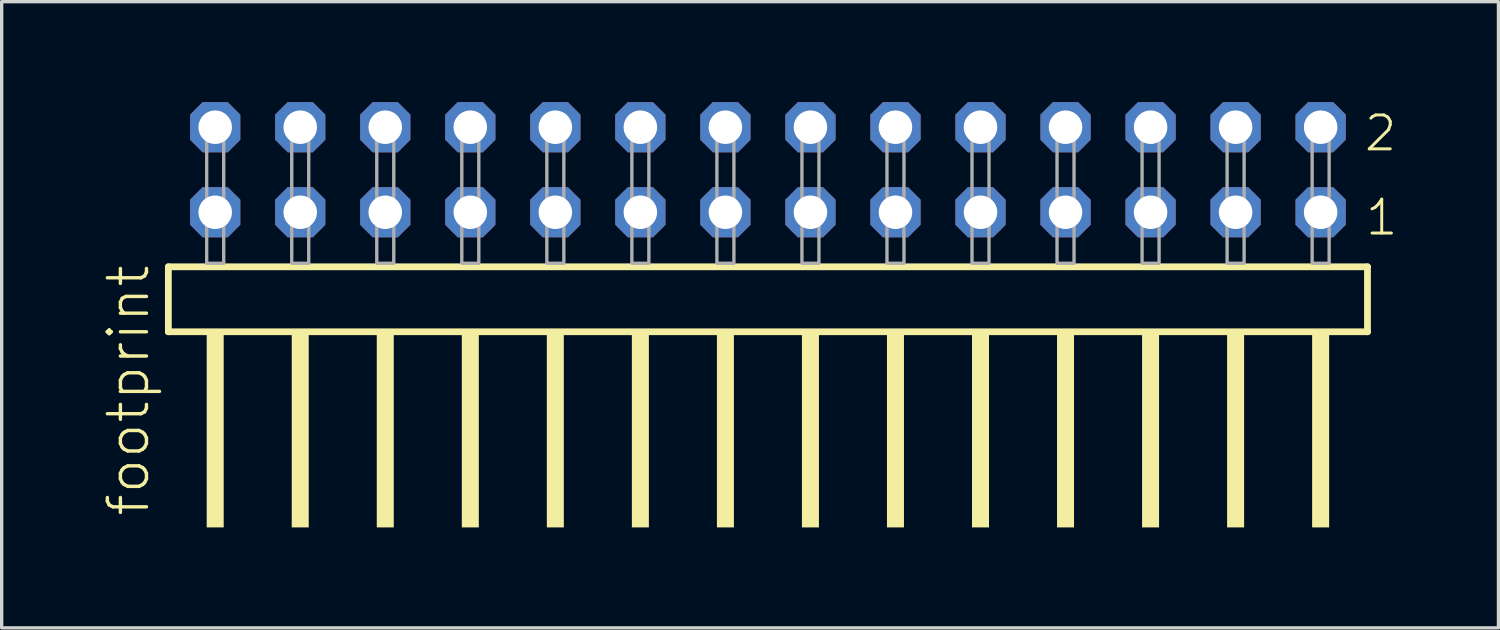
<source format=kicad_pcb>
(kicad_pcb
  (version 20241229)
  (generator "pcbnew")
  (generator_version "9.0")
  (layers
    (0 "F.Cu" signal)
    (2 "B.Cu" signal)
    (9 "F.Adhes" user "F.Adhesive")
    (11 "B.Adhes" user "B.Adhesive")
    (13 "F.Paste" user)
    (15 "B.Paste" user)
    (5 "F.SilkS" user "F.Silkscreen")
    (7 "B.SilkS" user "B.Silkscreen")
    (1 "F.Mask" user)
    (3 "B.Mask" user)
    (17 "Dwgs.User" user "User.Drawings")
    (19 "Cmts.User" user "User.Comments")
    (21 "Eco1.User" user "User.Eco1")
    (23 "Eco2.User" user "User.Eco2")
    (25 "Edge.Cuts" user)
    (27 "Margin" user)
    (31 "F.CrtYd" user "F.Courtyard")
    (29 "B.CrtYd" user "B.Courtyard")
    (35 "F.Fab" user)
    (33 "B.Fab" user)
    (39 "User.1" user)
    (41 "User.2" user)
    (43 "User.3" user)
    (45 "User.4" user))
  (footprint "footprint"
    (layer "F.Cu")
    (at 19.888 4.814)
    (property "Reference" "footprint" (at -18.415 7.62 90) (layer "F.SilkS") (effects (font (size 1.168 1.168) (thickness 0.102)) (justify left bottom)))
    (fp_line (start -17.909 0.106) (end -17.909 2.046) (stroke (width 0.203) (type solid)) (layer "F.SilkS"))
    (fp_line (start -17.909 2.046) (end 17.909 2.046) (stroke (width 0.203) (type solid)) (layer "F.SilkS"))
    (fp_line (start 17.909 0.106) (end -17.909 0.106) (stroke (width 0.203) (type solid)) (layer "F.SilkS"))
    (fp_line (start 17.909 2.046) (end 17.909 0.106) (stroke (width 0.203) (type solid)) (layer "F.SilkS"))
    (fp_poly (pts (xy -16.764 7.89) (xy -16.256 7.89) (xy -16.256 2.04) (xy -16.764 2.04)) (stroke (width 0) (type solid)) (fill yes) (layer "F.SilkS"))
    (fp_poly (pts (xy -14.224 7.89) (xy -13.716 7.89) (xy -13.716 2.04) (xy -14.224 2.04)) (stroke (width 0) (type solid)) (fill yes) (layer "F.SilkS"))
    (fp_poly (pts (xy -11.684 7.89) (xy -11.176 7.89) (xy -11.176 2.04) (xy -11.684 2.04)) (stroke (width 0) (type solid)) (fill yes) (layer "F.SilkS"))
    (fp_poly (pts (xy -9.144 7.89) (xy -8.636 7.89) (xy -8.636 2.04) (xy -9.144 2.04)) (stroke (width 0) (type solid)) (fill yes) (layer "F.SilkS"))
    (fp_poly (pts (xy -6.604 7.89) (xy -6.096 7.89) (xy -6.096 2.04) (xy -6.604 2.04)) (stroke (width 0) (type solid)) (fill yes) (layer "F.SilkS"))
    (fp_poly (pts (xy -4.064 7.89) (xy -3.556 7.89) (xy -3.556 2.04) (xy -4.064 2.04)) (stroke (width 0) (type solid)) (fill yes) (layer "F.SilkS"))
    (fp_poly (pts (xy -1.524 7.89) (xy -1.016 7.89) (xy -1.016 2.04) (xy -1.524 2.04)) (stroke (width 0) (type solid)) (fill yes) (layer "F.SilkS"))
    (fp_poly (pts (xy 1.016 7.89) (xy 1.524 7.89) (xy 1.524 2.04) (xy 1.016 2.04)) (stroke (width 0) (type solid)) (fill yes) (layer "F.SilkS"))
    (fp_poly (pts (xy 3.556 7.89) (xy 4.064 7.89) (xy 4.064 2.04) (xy 3.556 2.04)) (stroke (width 0) (type solid)) (fill yes) (layer "F.SilkS"))
    (fp_poly (pts (xy 6.096 7.89) (xy 6.604 7.89) (xy 6.604 2.04) (xy 6.096 2.04)) (stroke (width 0) (type solid)) (fill yes) (layer "F.SilkS"))
    (fp_poly (pts (xy 8.636 7.89) (xy 9.144 7.89) (xy 9.144 2.04) (xy 8.636 2.04)) (stroke (width 0) (type solid)) (fill yes) (layer "F.SilkS"))
    (fp_poly (pts (xy 11.176 7.89) (xy 11.684 7.89) (xy 11.684 2.04) (xy 11.176 2.04)) (stroke (width 0) (type solid)) (fill yes) (layer "F.SilkS"))
    (fp_poly (pts (xy 13.716 7.89) (xy 14.224 7.89) (xy 14.224 2.04) (xy 13.716 2.04)) (stroke (width 0) (type solid)) (fill yes) (layer "F.SilkS"))
    (fp_poly (pts (xy 16.256 7.89) (xy 16.764 7.89) (xy 16.764 2.04) (xy 16.256 2.04)) (stroke (width 0) (type solid)) (fill yes) (layer "F.SilkS"))
    (fp_poly (pts (xy -16.764 0) (xy -16.256 0) (xy -16.256 -4.318) (xy -16.764 -4.318)) (stroke (width 0.1) (type solid)) (fill no) (layer "F.Fab"))
    (fp_poly (pts (xy -14.224 0) (xy -13.716 0) (xy -13.716 -4.318) (xy -14.224 -4.318)) (stroke (width 0.1) (type solid)) (fill no) (layer "F.Fab"))
    (fp_poly (pts (xy -11.684 0) (xy -11.176 0) (xy -11.176 -4.318) (xy -11.684 -4.318)) (stroke (width 0.1) (type solid)) (fill no) (layer "F.Fab"))
    (fp_poly (pts (xy -9.144 0) (xy -8.636 0) (xy -8.636 -4.318) (xy -9.144 -4.318)) (stroke (width 0.1) (type solid)) (fill no) (layer "F.Fab"))
    (fp_poly (pts (xy -6.604 0) (xy -6.096 0) (xy -6.096 -4.318) (xy -6.604 -4.318)) (stroke (width 0.1) (type solid)) (fill no) (layer "F.Fab"))
    (fp_poly (pts (xy -4.064 0) (xy -3.556 0) (xy -3.556 -4.318) (xy -4.064 -4.318)) (stroke (width 0.1) (type solid)) (fill no) (layer "F.Fab"))
    (fp_poly (pts (xy -1.524 0) (xy -1.016 0) (xy -1.016 -4.318) (xy -1.524 -4.318)) (stroke (width 0.1) (type solid)) (fill no) (layer "F.Fab"))
    (fp_poly (pts (xy 1.016 0) (xy 1.524 0) (xy 1.524 -4.318) (xy 1.016 -4.318)) (stroke (width 0.1) (type solid)) (fill no) (layer "F.Fab"))
    (fp_poly (pts (xy 3.556 0) (xy 4.064 0) (xy 4.064 -4.318) (xy 3.556 -4.318)) (stroke (width 0.1) (type solid)) (fill no) (layer "F.Fab"))
    (fp_poly (pts (xy 6.096 0) (xy 6.604 0) (xy 6.604 -4.318) (xy 6.096 -4.318)) (stroke (width 0.1) (type solid)) (fill no) (layer "F.Fab"))
    (fp_poly (pts (xy 8.636 0) (xy 9.144 0) (xy 9.144 -4.318) (xy 8.636 -4.318)) (stroke (width 0.1) (type solid)) (fill no) (layer "F.Fab"))
    (fp_poly (pts (xy 11.176 0) (xy 11.684 0) (xy 11.684 -4.318) (xy 11.176 -4.318)) (stroke (width 0.1) (type solid)) (fill no) (layer "F.Fab"))
    (fp_poly (pts (xy 13.716 0) (xy 14.224 0) (xy 14.224 -4.318) (xy 13.716 -4.318)) (stroke (width 0.1) (type solid)) (fill no) (layer "F.Fab"))
    (fp_poly (pts (xy 16.256 0) (xy 16.764 0) (xy 16.764 -4.318) (xy 16.256 -4.318)) (stroke (width 0.1) (type solid)) (fill no) (layer "F.Fab"))
    (fp_text user "2" (at 17.76 -3.29 0) (layer "F.SilkS") (effects (font (size 1.012 1.012) (thickness 0.088)) (justify left bottom)))
    (fp_text user "1" (at 17.795 -0.775 0) (layer "F.SilkS") (effects (font (size 1.012 1.012) (thickness 0.088)) (justify left bottom)))
    (pad "1" thru_hole roundrect (at 16.51 -1.524 180) (size 1.5 1.5) (drill 1) (layers "*.Cu" "*.Mask") (roundrect_rratio 0.25) (chamfer_ratio 0.25) (chamfer top_left top_right bottom_left bottom_right))
    (pad "2" thru_hole roundrect (at 16.51 -4.064 180) (size 1.5 1.5) (drill 1) (layers "*.Cu" "*.Mask") (roundrect_rratio 0.25) (chamfer_ratio 0.25) (chamfer top_left top_right bottom_left bottom_right))
    (pad "3" thru_hole roundrect (at 13.97 -1.524 180) (size 1.5 1.5) (drill 1) (layers "*.Cu" "*.Mask") (roundrect_rratio 0.25) (chamfer_ratio 0.25) (chamfer top_left top_right bottom_left bottom_right))
    (pad "4" thru_hole roundrect (at 13.97 -4.064 180) (size 1.5 1.5) (drill 1) (layers "*.Cu" "*.Mask") (roundrect_rratio 0.25) (chamfer_ratio 0.25) (chamfer top_left top_right bottom_left bottom_right))
    (pad "5" thru_hole roundrect (at 11.43 -1.524 180) (size 1.5 1.5) (drill 1) (layers "*.Cu" "*.Mask") (roundrect_rratio 0.25) (chamfer_ratio 0.25) (chamfer top_left top_right bottom_left bottom_right))
    (pad "6" thru_hole roundrect (at 11.43 -4.064 180) (size 1.5 1.5) (drill 1) (layers "*.Cu" "*.Mask") (roundrect_rratio 0.25) (chamfer_ratio 0.25) (chamfer top_left top_right bottom_left bottom_right))
    (pad "7" thru_hole roundrect (at 8.89 -1.524 180) (size 1.5 1.5) (drill 1) (layers "*.Cu" "*.Mask") (roundrect_rratio 0.25) (chamfer_ratio 0.25) (chamfer top_left top_right bottom_left bottom_right))
    (pad "8" thru_hole roundrect (at 8.89 -4.064 180) (size 1.5 1.5) (drill 1) (layers "*.Cu" "*.Mask") (roundrect_rratio 0.25) (chamfer_ratio 0.25) (chamfer top_left top_right bottom_left bottom_right))
    (pad "9" thru_hole roundrect (at 6.35 -1.524 180) (size 1.5 1.5) (drill 1) (layers "*.Cu" "*.Mask") (roundrect_rratio 0.25) (chamfer_ratio 0.25) (chamfer top_left top_right bottom_left bottom_right))
    (pad "10" thru_hole roundrect (at 6.35 -4.064 180) (size 1.5 1.5) (drill 1) (layers "*.Cu" "*.Mask") (roundrect_rratio 0.25) (chamfer_ratio 0.25) (chamfer top_left top_right bottom_left bottom_right))
    (pad "11" thru_hole roundrect (at 3.81 -1.524 180) (size 1.5 1.5) (drill 1) (layers "*.Cu" "*.Mask") (roundrect_rratio 0.25) (chamfer_ratio 0.25) (chamfer top_left top_right bottom_left bottom_right))
    (pad "12" thru_hole roundrect (at 3.81 -4.064 180) (size 1.5 1.5) (drill 1) (layers "*.Cu" "*.Mask") (roundrect_rratio 0.25) (chamfer_ratio 0.25) (chamfer top_left top_right bottom_left bottom_right))
    (pad "13" thru_hole roundrect (at 1.27 -1.524 180) (size 1.5 1.5) (drill 1) (layers "*.Cu" "*.Mask") (roundrect_rratio 0.25) (chamfer_ratio 0.25) (chamfer top_left top_right bottom_left bottom_right))
    (pad "14" thru_hole roundrect (at 1.27 -4.064 180) (size 1.5 1.5) (drill 1) (layers "*.Cu" "*.Mask") (roundrect_rratio 0.25) (chamfer_ratio 0.25) (chamfer top_left top_right bottom_left bottom_right))
    (pad "15" thru_hole roundrect (at -1.27 -1.524 180) (size 1.5 1.5) (drill 1) (layers "*.Cu" "*.Mask") (roundrect_rratio 0.25) (chamfer_ratio 0.25) (chamfer top_left top_right bottom_left bottom_right))
    (pad "16" thru_hole roundrect (at -1.27 -4.064 180) (size 1.5 1.5) (drill 1) (layers "*.Cu" "*.Mask") (roundrect_rratio 0.25) (chamfer_ratio 0.25) (chamfer top_left top_right bottom_left bottom_right))
    (pad "17" thru_hole roundrect (at -3.81 -1.524 180) (size 1.5 1.5) (drill 1) (layers "*.Cu" "*.Mask") (roundrect_rratio 0.25) (chamfer_ratio 0.25) (chamfer top_left top_right bottom_left bottom_right))
    (pad "18" thru_hole roundrect (at -3.81 -4.064 180) (size 1.5 1.5) (drill 1) (layers "*.Cu" "*.Mask") (roundrect_rratio 0.25) (chamfer_ratio 0.25) (chamfer top_left top_right bottom_left bottom_right))
    (pad "19" thru_hole roundrect (at -6.35 -1.524 180) (size 1.5 1.5) (drill 1) (layers "*.Cu" "*.Mask") (roundrect_rratio 0.25) (chamfer_ratio 0.25) (chamfer top_left top_right bottom_left bottom_right))
    (pad "20" thru_hole roundrect (at -6.35 -4.064 180) (size 1.5 1.5) (drill 1) (layers "*.Cu" "*.Mask") (roundrect_rratio 0.25) (chamfer_ratio 0.25) (chamfer top_left top_right bottom_left bottom_right))
    (pad "21" thru_hole roundrect (at -8.89 -1.524 180) (size 1.5 1.5) (drill 1) (layers "*.Cu" "*.Mask") (roundrect_rratio 0.25) (chamfer_ratio 0.25) (chamfer top_left top_right bottom_left bottom_right))
    (pad "22" thru_hole roundrect (at -8.89 -4.064 180) (size 1.5 1.5) (drill 1) (layers "*.Cu" "*.Mask") (roundrect_rratio 0.25) (chamfer_ratio 0.25) (chamfer top_left top_right bottom_left bottom_right))
    (pad "23" thru_hole roundrect (at -11.43 -1.524 180) (size 1.5 1.5) (drill 1) (layers "*.Cu" "*.Mask") (roundrect_rratio 0.25) (chamfer_ratio 0.25) (chamfer top_left top_right bottom_left bottom_right))
    (pad "24" thru_hole roundrect (at -11.43 -4.064 180) (size 1.5 1.5) (drill 1) (layers "*.Cu" "*.Mask") (roundrect_rratio 0.25) (chamfer_ratio 0.25) (chamfer top_left top_right bottom_left bottom_right))
    (pad "25" thru_hole roundrect (at -13.97 -1.524 180) (size 1.5 1.5) (drill 1) (layers "*.Cu" "*.Mask") (roundrect_rratio 0.25) (chamfer_ratio 0.25) (chamfer top_left top_right bottom_left bottom_right))
    (pad "26" thru_hole roundrect (at -13.97 -4.064 180) (size 1.5 1.5) (drill 1) (layers "*.Cu" "*.Mask") (roundrect_rratio 0.25) (chamfer_ratio 0.25) (chamfer top_left top_right bottom_left bottom_right))
    (pad "27" thru_hole roundrect (at -16.51 -1.524 180) (size 1.5 1.5) (drill 1) (layers "*.Cu" "*.Mask") (roundrect_rratio 0.25) (chamfer_ratio 0.25) (chamfer top_left top_right bottom_left bottom_right))
    (pad "28" thru_hole roundrect (at -16.51 -4.064 180) (size 1.5 1.5) (drill 1) (layers "*.Cu" "*.Mask") (roundrect_rratio 0.25) (chamfer_ratio 0.25) (chamfer top_left top_right bottom_left bottom_right)))
  (gr_rect
    (start -3 -3)
    (end 41.709 15.704)
    (stroke (width 0.1) (type default))
    (fill no)
    (layer "Edge.Cuts")))
</source>
